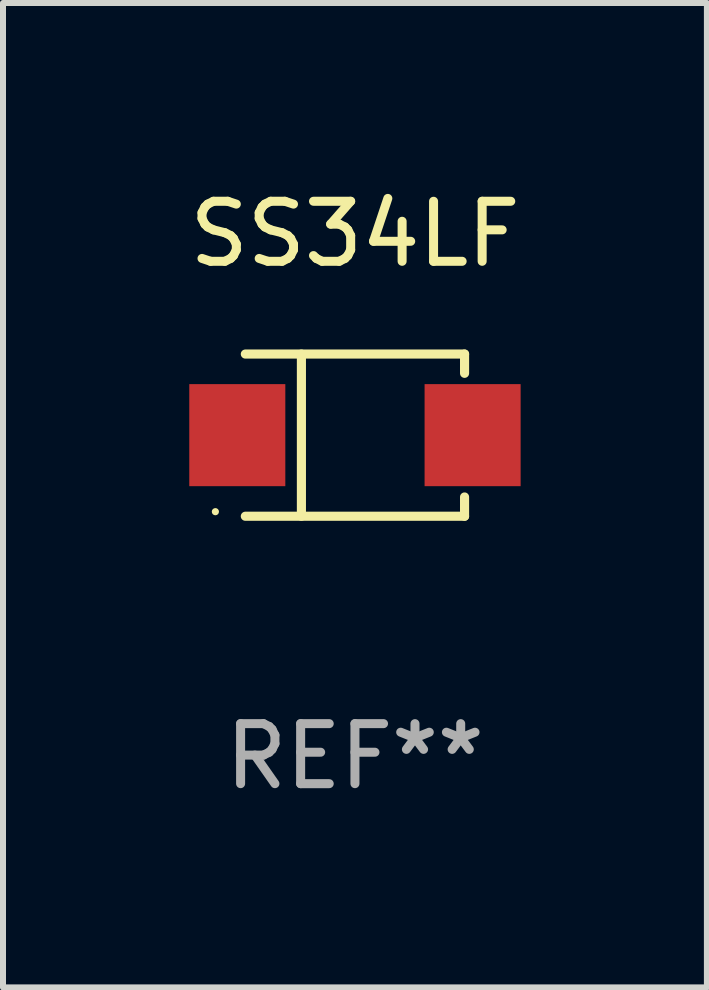
<source format=kicad_pcb>
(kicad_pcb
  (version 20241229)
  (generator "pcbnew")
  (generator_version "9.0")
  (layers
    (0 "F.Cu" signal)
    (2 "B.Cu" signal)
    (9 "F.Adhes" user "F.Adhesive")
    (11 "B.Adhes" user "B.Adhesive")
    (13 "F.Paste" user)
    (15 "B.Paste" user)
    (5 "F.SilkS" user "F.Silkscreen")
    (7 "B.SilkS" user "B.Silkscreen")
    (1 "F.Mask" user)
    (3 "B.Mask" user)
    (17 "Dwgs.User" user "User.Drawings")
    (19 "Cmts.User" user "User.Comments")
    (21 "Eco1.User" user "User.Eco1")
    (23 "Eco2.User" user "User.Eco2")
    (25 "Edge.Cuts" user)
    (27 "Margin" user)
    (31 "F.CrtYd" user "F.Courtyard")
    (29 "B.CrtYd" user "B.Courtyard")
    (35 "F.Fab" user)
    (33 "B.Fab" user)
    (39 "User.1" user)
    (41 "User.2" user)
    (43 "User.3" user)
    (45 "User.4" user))
  (footprint "SS34LF"
    (layer "F.Cu")
    (at 2.863 4.199)
    (property "Reference" "SS34LF" (at 0 -3.351 0) (layer "F.SilkS") (effects (font (size 1 1) (thickness 0.15))))
    (attr through_hole)
    (fp_line (start -1.826 -1.351) (end 1.826 -1.351) (stroke (width 0.152) (type solid)) (layer "F.SilkS"))
    (fp_line (start -1.826 1.351) (end 1.826 1.351) (stroke (width 0.152) (type solid)) (layer "F.SilkS"))
    (fp_line (start -0.892 -1.351) (end -0.892 1.351) (stroke (width 0.152) (type solid)) (layer "F.SilkS"))
    (fp_line (start 1.826 -1.351) (end 1.826 -1.03) (stroke (width 0.152) (type solid)) (layer "F.SilkS"))
    (fp_line (start 1.826 1.03) (end 1.826 1.351) (stroke (width 0.152) (type solid)) (layer "F.SilkS"))
    (fp_circle (center -2.325 1.275) (end -2.295 1.275) (stroke (width 0.06) (type solid)) (fill no) (layer "F.SilkS"))
    (fp_text user "REF**" (at 0 5.351 0) (layer "F.Fab") (effects (font (size 1 1) (thickness 0.15))))
    (pad "1" smd rect (at -1.96 0 180) (size 1.6 1.7) (layers "F.Cu" "F.Mask" "F.Paste"))
    (pad "2" smd rect (at 1.96 0 180) (size 1.6 1.7) (layers "F.Cu" "F.Mask" "F.Paste")))
  (gr_rect
    (start -3 -3)
    (end 8.726 13.399)
    (stroke (width 0.1) (type default))
    (fill no)
    (layer "Edge.Cuts")))
</source>
